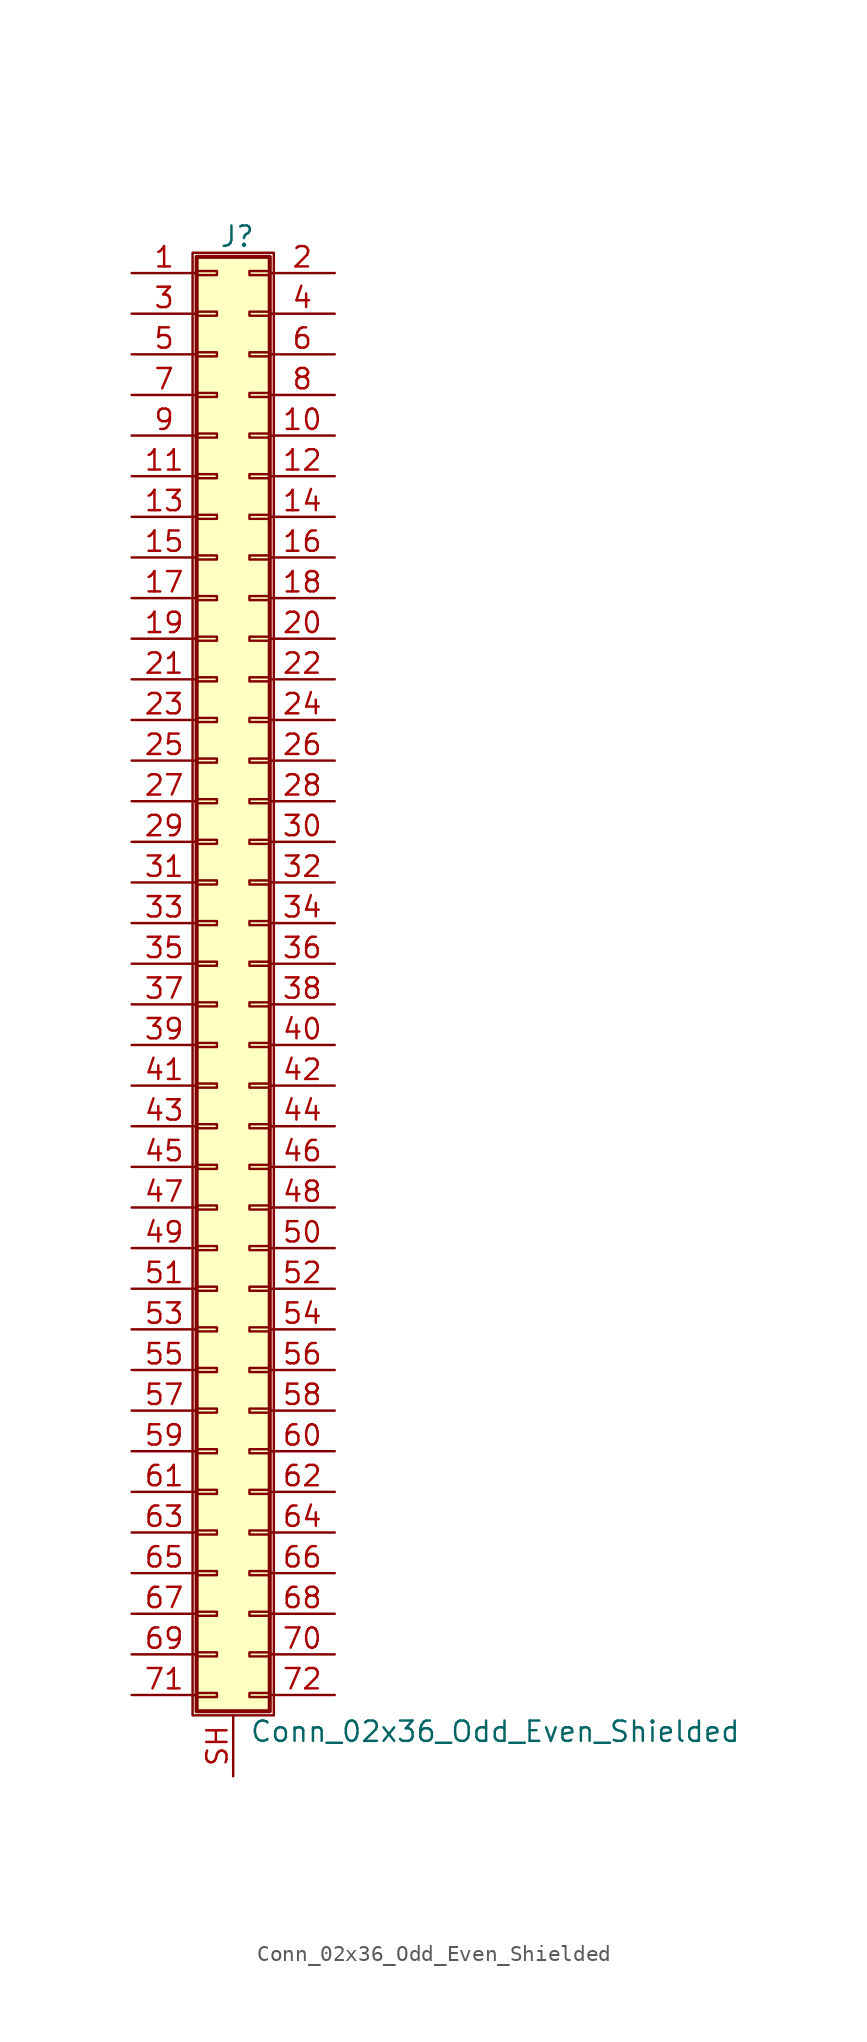
<source format=kicad_sym>
(kicad_symbol_lib
  (version 20201005)
  (generator kicad_symbol_editor)
  (symbol "Conn_02x36_Odd_Even_Shielded"
    (pin_names
      (offset 1.016) hide)
    (property "Reference" "J"
      (at 1.524 45.466 0)
      (effects (font (size 1.27 1.27))))
    (property "Value" "Conn_02x36_Odd_Even_Shielded"
      (at 2.286 -48.006 0)
      (effects (font (size 1.27 1.27)) (justify left)))
    (symbol "Conn_02x36_Odd_Even_Shielded_1_1"
      (rectangle (start -1.27 44.45) (end 3.81 -46.99) (stroke (width 0.152)) (fill (type none)))
      (rectangle (start -1.016 -45.593) (end 0.254 -45.847) (stroke (width 0.152)) (fill (type none)))
      (rectangle (start -1.016 -43.053) (end 0.254 -43.307) (stroke (width 0.152)) (fill (type none)))
      (rectangle (start -1.016 -40.513) (end 0.254 -40.767) (stroke (width 0.152)) (fill (type none)))
      (rectangle (start -1.016 -37.973) (end 0.254 -38.227) (stroke (width 0.152)) (fill (type none)))
      (rectangle (start -1.016 -35.433) (end 0.254 -35.687) (stroke (width 0.152)) (fill (type none)))
      (rectangle (start -1.016 -32.893) (end 0.254 -33.147) (stroke (width 0.152)) (fill (type none)))
      (rectangle (start -1.016 -30.353) (end 0.254 -30.607) (stroke (width 0.152)) (fill (type none)))
      (rectangle (start -1.016 -27.813) (end 0.254 -28.067) (stroke (width 0.152)) (fill (type none)))
      (rectangle (start -1.016 -25.273) (end 0.254 -25.527) (stroke (width 0.152)) (fill (type none)))
      (rectangle (start -1.016 -22.733) (end 0.254 -22.987) (stroke (width 0.152)) (fill (type none)))
      (rectangle (start -1.016 -20.193) (end 0.254 -20.447) (stroke (width 0.152)) (fill (type none)))
      (rectangle (start -1.016 -17.653) (end 0.254 -17.907) (stroke (width 0.152)) (fill (type none)))
      (rectangle (start -1.016 -15.113) (end 0.254 -15.367) (stroke (width 0.152)) (fill (type none)))
      (rectangle (start -1.016 -12.573) (end 0.254 -12.827) (stroke (width 0.152)) (fill (type none)))
      (rectangle (start -1.016 -10.033) (end 0.254 -10.287) (stroke (width 0.152)) (fill (type none)))
      (rectangle (start -1.016 -7.493) (end 0.254 -7.747) (stroke (width 0.152)) (fill (type none)))
      (rectangle (start -1.016 -4.953) (end 0.254 -5.207) (stroke (width 0.152)) (fill (type none)))
      (rectangle (start -1.016 -2.413) (end 0.254 -2.667) (stroke (width 0.152)) (fill (type none)))
      (rectangle (start -1.016 0.127) (end 0.254 -0.127) (stroke (width 0.152)) (fill (type none)))
      (rectangle (start -1.016 2.667) (end 0.254 2.413) (stroke (width 0.152)) (fill (type none)))
      (rectangle (start -1.016 5.207) (end 0.254 4.953) (stroke (width 0.152)) (fill (type none)))
      (rectangle (start -1.016 7.747) (end 0.254 7.493) (stroke (width 0.152)) (fill (type none)))
      (rectangle (start -1.016 10.287) (end 0.254 10.033) (stroke (width 0.152)) (fill (type none)))
      (rectangle (start -1.016 12.827) (end 0.254 12.573) (stroke (width 0.152)) (fill (type none)))
      (rectangle (start -1.016 15.367) (end 0.254 15.113) (stroke (width 0.152)) (fill (type none)))
      (rectangle (start -1.016 17.907) (end 0.254 17.653) (stroke (width 0.152)) (fill (type none)))
      (rectangle (start -1.016 20.447) (end 0.254 20.193) (stroke (width 0.152)) (fill (type none)))
      (rectangle (start -1.016 22.987) (end 0.254 22.733) (stroke (width 0.152)) (fill (type none)))
      (rectangle (start -1.016 25.527) (end 0.254 25.273) (stroke (width 0.152)) (fill (type none)))
      (rectangle (start -1.016 28.067) (end 0.254 27.813) (stroke (width 0.152)) (fill (type none)))
      (rectangle (start -1.016 30.607) (end 0.254 30.353) (stroke (width 0.152)) (fill (type none)))
      (rectangle (start -1.016 33.147) (end 0.254 32.893) (stroke (width 0.152)) (fill (type none)))
      (rectangle (start -1.016 35.687) (end 0.254 35.433) (stroke (width 0.152)) (fill (type none)))
      (rectangle (start -1.016 38.227) (end 0.254 37.973) (stroke (width 0.152)) (fill (type none)))
      (rectangle (start -1.016 40.767) (end 0.254 40.513) (stroke (width 0.152)) (fill (type none)))
      (rectangle (start -1.016 43.307) (end 0.254 43.053) (stroke (width 0.152)) (fill (type none)))
      (rectangle (start 3.556 -45.593) (end 2.286 -45.847) (stroke (width 0.152)) (fill (type none)))
      (rectangle (start 3.556 -43.053) (end 2.286 -43.307) (stroke (width 0.152)) (fill (type none)))
      (rectangle (start 3.556 -40.513) (end 2.286 -40.767) (stroke (width 0.152)) (fill (type none)))
      (rectangle (start 3.556 -37.973) (end 2.286 -38.227) (stroke (width 0.152)) (fill (type none)))
      (rectangle (start 3.556 -35.433) (end 2.286 -35.687) (stroke (width 0.152)) (fill (type none)))
      (rectangle (start 3.556 -32.893) (end 2.286 -33.147) (stroke (width 0.152)) (fill (type none)))
      (rectangle (start 3.556 -30.353) (end 2.286 -30.607) (stroke (width 0.152)) (fill (type none)))
      (rectangle (start 3.556 -27.813) (end 2.286 -28.067) (stroke (width 0.152)) (fill (type none)))
      (rectangle (start 3.556 -25.273) (end 2.286 -25.527) (stroke (width 0.152)) (fill (type none)))
      (rectangle (start 3.556 -22.733) (end 2.286 -22.987) (stroke (width 0.152)) (fill (type none)))
      (rectangle (start 3.556 -20.193) (end 2.286 -20.447) (stroke (width 0.152)) (fill (type none)))
      (rectangle (start 3.556 -17.653) (end 2.286 -17.907) (stroke (width 0.152)) (fill (type none)))
      (rectangle (start 3.556 -15.113) (end 2.286 -15.367) (stroke (width 0.152)) (fill (type none)))
      (rectangle (start 3.556 -12.573) (end 2.286 -12.827) (stroke (width 0.152)) (fill (type none)))
      (rectangle (start 3.556 -10.033) (end 2.286 -10.287) (stroke (width 0.152)) (fill (type none)))
      (rectangle (start 3.556 -7.493) (end 2.286 -7.747) (stroke (width 0.152)) (fill (type none)))
      (rectangle (start 3.556 -4.953) (end 2.286 -5.207) (stroke (width 0.152)) (fill (type none)))
      (rectangle (start 3.556 -2.413) (end 2.286 -2.667) (stroke (width 0.152)) (fill (type none)))
      (rectangle (start 3.556 0.127) (end 2.286 -0.127) (stroke (width 0.152)) (fill (type none)))
      (rectangle (start 3.556 2.667) (end 2.286 2.413) (stroke (width 0.152)) (fill (type none)))
      (rectangle (start 3.556 5.207) (end 2.286 4.953) (stroke (width 0.152)) (fill (type none)))
      (rectangle (start 3.556 7.747) (end 2.286 7.493) (stroke (width 0.152)) (fill (type none)))
      (rectangle (start 3.556 10.287) (end 2.286 10.033) (stroke (width 0.152)) (fill (type none)))
      (rectangle (start 3.556 12.827) (end 2.286 12.573) (stroke (width 0.152)) (fill (type none)))
      (rectangle (start 3.556 15.367) (end 2.286 15.113) (stroke (width 0.152)) (fill (type none)))
      (rectangle (start 3.556 17.907) (end 2.286 17.653) (stroke (width 0.152)) (fill (type none)))
      (rectangle (start 3.556 20.447) (end 2.286 20.193) (stroke (width 0.152)) (fill (type none)))
      (rectangle (start 3.556 22.987) (end 2.286 22.733) (stroke (width 0.152)) (fill (type none)))
      (rectangle (start 3.556 25.527) (end 2.286 25.273) (stroke (width 0.152)) (fill (type none)))
      (rectangle (start 3.556 28.067) (end 2.286 27.813) (stroke (width 0.152)) (fill (type none)))
      (rectangle (start 3.556 30.607) (end 2.286 30.353) (stroke (width 0.152)) (fill (type none)))
      (rectangle (start 3.556 33.147) (end 2.286 32.893) (stroke (width 0.152)) (fill (type none)))
      (rectangle (start 3.556 35.687) (end 2.286 35.433) (stroke (width 0.152)) (fill (type none)))
      (rectangle (start 3.556 38.227) (end 2.286 37.973) (stroke (width 0.152)) (fill (type none)))
      (rectangle (start 3.556 40.767) (end 2.286 40.513) (stroke (width 0.152)) (fill (type none)))
      (rectangle (start 3.556 43.307) (end 2.286 43.053) (stroke (width 0.152)) (fill (type none)))
      (rectangle (start -1.016 44.196) (end 3.556 -46.736) (stroke (width 0.254)) (fill (type background)))
      (pin passive line (at -5.08 43.18 0) (length 4.064) (name "Pin_1" (effects (font (size 1.27 1.27)))) (number "1" (effects (font (size 1.27 1.27)))))
      (pin passive line (at 7.62 33.02 180) (length 4.064) (name "Pin_10" (effects (font (size 1.27 1.27)))) (number "10" (effects (font (size 1.27 1.27)))))
      (pin passive line (at -5.08 30.48 0) (length 4.064) (name "Pin_11" (effects (font (size 1.27 1.27)))) (number "11" (effects (font (size 1.27 1.27)))))
      (pin passive line (at 7.62 30.48 180) (length 4.064) (name "Pin_12" (effects (font (size 1.27 1.27)))) (number "12" (effects (font (size 1.27 1.27)))))
      (pin passive line (at -5.08 27.94 0) (length 4.064) (name "Pin_13" (effects (font (size 1.27 1.27)))) (number "13" (effects (font (size 1.27 1.27)))))
      (pin passive line (at 7.62 27.94 180) (length 4.064) (name "Pin_14" (effects (font (size 1.27 1.27)))) (number "14" (effects (font (size 1.27 1.27)))))
      (pin passive line (at -5.08 25.4 0) (length 4.064) (name "Pin_15" (effects (font (size 1.27 1.27)))) (number "15" (effects (font (size 1.27 1.27)))))
      (pin passive line (at 7.62 25.4 180) (length 4.064) (name "Pin_16" (effects (font (size 1.27 1.27)))) (number "16" (effects (font (size 1.27 1.27)))))
      (pin passive line (at -5.08 22.86 0) (length 4.064) (name "Pin_17" (effects (font (size 1.27 1.27)))) (number "17" (effects (font (size 1.27 1.27)))))
      (pin passive line (at 7.62 22.86 180) (length 4.064) (name "Pin_18" (effects (font (size 1.27 1.27)))) (number "18" (effects (font (size 1.27 1.27)))))
      (pin passive line (at -5.08 20.32 0) (length 4.064) (name "Pin_19" (effects (font (size 1.27 1.27)))) (number "19" (effects (font (size 1.27 1.27)))))
      (pin passive line (at 7.62 43.18 180) (length 4.064) (name "Pin_2" (effects (font (size 1.27 1.27)))) (number "2" (effects (font (size 1.27 1.27)))))
      (pin passive line (at 7.62 20.32 180) (length 4.064) (name "Pin_20" (effects (font (size 1.27 1.27)))) (number "20" (effects (font (size 1.27 1.27)))))
      (pin passive line (at -5.08 17.78 0) (length 4.064) (name "Pin_21" (effects (font (size 1.27 1.27)))) (number "21" (effects (font (size 1.27 1.27)))))
      (pin passive line (at 7.62 17.78 180) (length 4.064) (name "Pin_22" (effects (font (size 1.27 1.27)))) (number "22" (effects (font (size 1.27 1.27)))))
      (pin passive line (at -5.08 15.24 0) (length 4.064) (name "Pin_23" (effects (font (size 1.27 1.27)))) (number "23" (effects (font (size 1.27 1.27)))))
      (pin passive line (at 7.62 15.24 180) (length 4.064) (name "Pin_24" (effects (font (size 1.27 1.27)))) (number "24" (effects (font (size 1.27 1.27)))))
      (pin passive line (at -5.08 12.7 0) (length 4.064) (name "Pin_25" (effects (font (size 1.27 1.27)))) (number "25" (effects (font (size 1.27 1.27)))))
      (pin passive line (at 7.62 12.7 180) (length 4.064) (name "Pin_26" (effects (font (size 1.27 1.27)))) (number "26" (effects (font (size 1.27 1.27)))))
      (pin passive line (at -5.08 10.16 0) (length 4.064) (name "Pin_27" (effects (font (size 1.27 1.27)))) (number "27" (effects (font (size 1.27 1.27)))))
      (pin passive line (at 7.62 10.16 180) (length 4.064) (name "Pin_28" (effects (font (size 1.27 1.27)))) (number "28" (effects (font (size 1.27 1.27)))))
      (pin passive line (at -5.08 7.62 0) (length 4.064) (name "Pin_29" (effects (font (size 1.27 1.27)))) (number "29" (effects (font (size 1.27 1.27)))))
      (pin passive line (at -5.08 40.64 0) (length 4.064) (name "Pin_3" (effects (font (size 1.27 1.27)))) (number "3" (effects (font (size 1.27 1.27)))))
      (pin passive line (at 7.62 7.62 180) (length 4.064) (name "Pin_30" (effects (font (size 1.27 1.27)))) (number "30" (effects (font (size 1.27 1.27)))))
      (pin passive line (at -5.08 5.08 0) (length 4.064) (name "Pin_31" (effects (font (size 1.27 1.27)))) (number "31" (effects (font (size 1.27 1.27)))))
      (pin passive line (at 7.62 5.08 180) (length 4.064) (name "Pin_32" (effects (font (size 1.27 1.27)))) (number "32" (effects (font (size 1.27 1.27)))))
      (pin passive line (at -5.08 2.54 0) (length 4.064) (name "Pin_33" (effects (font (size 1.27 1.27)))) (number "33" (effects (font (size 1.27 1.27)))))
      (pin passive line (at 7.62 2.54 180) (length 4.064) (name "Pin_34" (effects (font (size 1.27 1.27)))) (number "34" (effects (font (size 1.27 1.27)))))
      (pin passive line (at -5.08 0 0) (length 4.064) (name "Pin_35" (effects (font (size 1.27 1.27)))) (number "35" (effects (font (size 1.27 1.27)))))
      (pin passive line (at 7.62 0 180) (length 4.064) (name "Pin_36" (effects (font (size 1.27 1.27)))) (number "36" (effects (font (size 1.27 1.27)))))
      (pin passive line (at -5.08 -2.54 0) (length 4.064) (name "Pin_37" (effects (font (size 1.27 1.27)))) (number "37" (effects (font (size 1.27 1.27)))))
      (pin passive line (at 7.62 -2.54 180) (length 4.064) (name "Pin_38" (effects (font (size 1.27 1.27)))) (number "38" (effects (font (size 1.27 1.27)))))
      (pin passive line (at -5.08 -5.08 0) (length 4.064) (name "Pin_39" (effects (font (size 1.27 1.27)))) (number "39" (effects (font (size 1.27 1.27)))))
      (pin passive line (at 7.62 40.64 180) (length 4.064) (name "Pin_4" (effects (font (size 1.27 1.27)))) (number "4" (effects (font (size 1.27 1.27)))))
      (pin passive line (at 7.62 -5.08 180) (length 4.064) (name "Pin_40" (effects (font (size 1.27 1.27)))) (number "40" (effects (font (size 1.27 1.27)))))
      (pin passive line (at -5.08 -7.62 0) (length 4.064) (name "Pin_41" (effects (font (size 1.27 1.27)))) (number "41" (effects (font (size 1.27 1.27)))))
      (pin passive line (at 7.62 -7.62 180) (length 4.064) (name "Pin_42" (effects (font (size 1.27 1.27)))) (number "42" (effects (font (size 1.27 1.27)))))
      (pin passive line (at -5.08 -10.16 0) (length 4.064) (name "Pin_43" (effects (font (size 1.27 1.27)))) (number "43" (effects (font (size 1.27 1.27)))))
      (pin passive line (at 7.62 -10.16 180) (length 4.064) (name "Pin_44" (effects (font (size 1.27 1.27)))) (number "44" (effects (font (size 1.27 1.27)))))
      (pin passive line (at -5.08 -12.7 0) (length 4.064) (name "Pin_45" (effects (font (size 1.27 1.27)))) (number "45" (effects (font (size 1.27 1.27)))))
      (pin passive line (at 7.62 -12.7 180) (length 4.064) (name "Pin_46" (effects (font (size 1.27 1.27)))) (number "46" (effects (font (size 1.27 1.27)))))
      (pin passive line (at -5.08 -15.24 0) (length 4.064) (name "Pin_47" (effects (font (size 1.27 1.27)))) (number "47" (effects (font (size 1.27 1.27)))))
      (pin passive line (at 7.62 -15.24 180) (length 4.064) (name "Pin_48" (effects (font (size 1.27 1.27)))) (number "48" (effects (font (size 1.27 1.27)))))
      (pin passive line (at -5.08 -17.78 0) (length 4.064) (name "Pin_49" (effects (font (size 1.27 1.27)))) (number "49" (effects (font (size 1.27 1.27)))))
      (pin passive line (at -5.08 38.1 0) (length 4.064) (name "Pin_5" (effects (font (size 1.27 1.27)))) (number "5" (effects (font (size 1.27 1.27)))))
      (pin passive line (at 7.62 -17.78 180) (length 4.064) (name "Pin_50" (effects (font (size 1.27 1.27)))) (number "50" (effects (font (size 1.27 1.27)))))
      (pin passive line (at -5.08 -20.32 0) (length 4.064) (name "Pin_51" (effects (font (size 1.27 1.27)))) (number "51" (effects (font (size 1.27 1.27)))))
      (pin passive line (at 7.62 -20.32 180) (length 4.064) (name "Pin_52" (effects (font (size 1.27 1.27)))) (number "52" (effects (font (size 1.27 1.27)))))
      (pin passive line (at -5.08 -22.86 0) (length 4.064) (name "Pin_53" (effects (font (size 1.27 1.27)))) (number "53" (effects (font (size 1.27 1.27)))))
      (pin passive line (at 7.62 -22.86 180) (length 4.064) (name "Pin_54" (effects (font (size 1.27 1.27)))) (number "54" (effects (font (size 1.27 1.27)))))
      (pin passive line (at -5.08 -25.4 0) (length 4.064) (name "Pin_55" (effects (font (size 1.27 1.27)))) (number "55" (effects (font (size 1.27 1.27)))))
      (pin passive line (at 7.62 -25.4 180) (length 4.064) (name "Pin_56" (effects (font (size 1.27 1.27)))) (number "56" (effects (font (size 1.27 1.27)))))
      (pin passive line (at -5.08 -27.94 0) (length 4.064) (name "Pin_57" (effects (font (size 1.27 1.27)))) (number "57" (effects (font (size 1.27 1.27)))))
      (pin passive line (at 7.62 -27.94 180) (length 4.064) (name "Pin_58" (effects (font (size 1.27 1.27)))) (number "58" (effects (font (size 1.27 1.27)))))
      (pin passive line (at -5.08 -30.48 0) (length 4.064) (name "Pin_59" (effects (font (size 1.27 1.27)))) (number "59" (effects (font (size 1.27 1.27)))))
      (pin passive line (at 7.62 38.1 180) (length 4.064) (name "Pin_6" (effects (font (size 1.27 1.27)))) (number "6" (effects (font (size 1.27 1.27)))))
      (pin passive line (at 7.62 -30.48 180) (length 4.064) (name "Pin_60" (effects (font (size 1.27 1.27)))) (number "60" (effects (font (size 1.27 1.27)))))
      (pin passive line (at -5.08 -33.02 0) (length 4.064) (name "Pin_61" (effects (font (size 1.27 1.27)))) (number "61" (effects (font (size 1.27 1.27)))))
      (pin passive line (at 7.62 -33.02 180) (length 4.064) (name "Pin_62" (effects (font (size 1.27 1.27)))) (number "62" (effects (font (size 1.27 1.27)))))
      (pin passive line (at -5.08 -35.56 0) (length 4.064) (name "Pin_63" (effects (font (size 1.27 1.27)))) (number "63" (effects (font (size 1.27 1.27)))))
      (pin passive line (at 7.62 -35.56 180) (length 4.064) (name "Pin_64" (effects (font (size 1.27 1.27)))) (number "64" (effects (font (size 1.27 1.27)))))
      (pin passive line (at -5.08 -38.1 0) (length 4.064) (name "Pin_65" (effects (font (size 1.27 1.27)))) (number "65" (effects (font (size 1.27 1.27)))))
      (pin passive line (at 7.62 -38.1 180) (length 4.064) (name "Pin_66" (effects (font (size 1.27 1.27)))) (number "66" (effects (font (size 1.27 1.27)))))
      (pin passive line (at -5.08 -40.64 0) (length 4.064) (name "Pin_67" (effects (font (size 1.27 1.27)))) (number "67" (effects (font (size 1.27 1.27)))))
      (pin passive line (at 7.62 -40.64 180) (length 4.064) (name "Pin_68" (effects (font (size 1.27 1.27)))) (number "68" (effects (font (size 1.27 1.27)))))
      (pin passive line (at -5.08 -43.18 0) (length 4.064) (name "Pin_69" (effects (font (size 1.27 1.27)))) (number "69" (effects (font (size 1.27 1.27)))))
      (pin passive line (at -5.08 35.56 0) (length 4.064) (name "Pin_7" (effects (font (size 1.27 1.27)))) (number "7" (effects (font (size 1.27 1.27)))))
      (pin passive line (at 7.62 -43.18 180) (length 4.064) (name "Pin_70" (effects (font (size 1.27 1.27)))) (number "70" (effects (font (size 1.27 1.27)))))
      (pin passive line (at -5.08 -45.72 0) (length 4.064) (name "Pin_71" (effects (font (size 1.27 1.27)))) (number "71" (effects (font (size 1.27 1.27)))))
      (pin passive line (at 7.62 -45.72 180) (length 4.064) (name "Pin_72" (effects (font (size 1.27 1.27)))) (number "72" (effects (font (size 1.27 1.27)))))
      (pin passive line (at 7.62 35.56 180) (length 4.064) (name "Pin_8" (effects (font (size 1.27 1.27)))) (number "8" (effects (font (size 1.27 1.27)))))
      (pin passive line (at -5.08 33.02 0) (length 4.064) (name "Pin_9" (effects (font (size 1.27 1.27)))) (number "9" (effects (font (size 1.27 1.27)))))
      (pin passive line (at 1.27 -50.8 90) (length 3.81) (name "Shield" (effects (font (size 1.27 1.27)))) (number "SH" (effects (font (size 1.27 1.27))))))))
</source>
